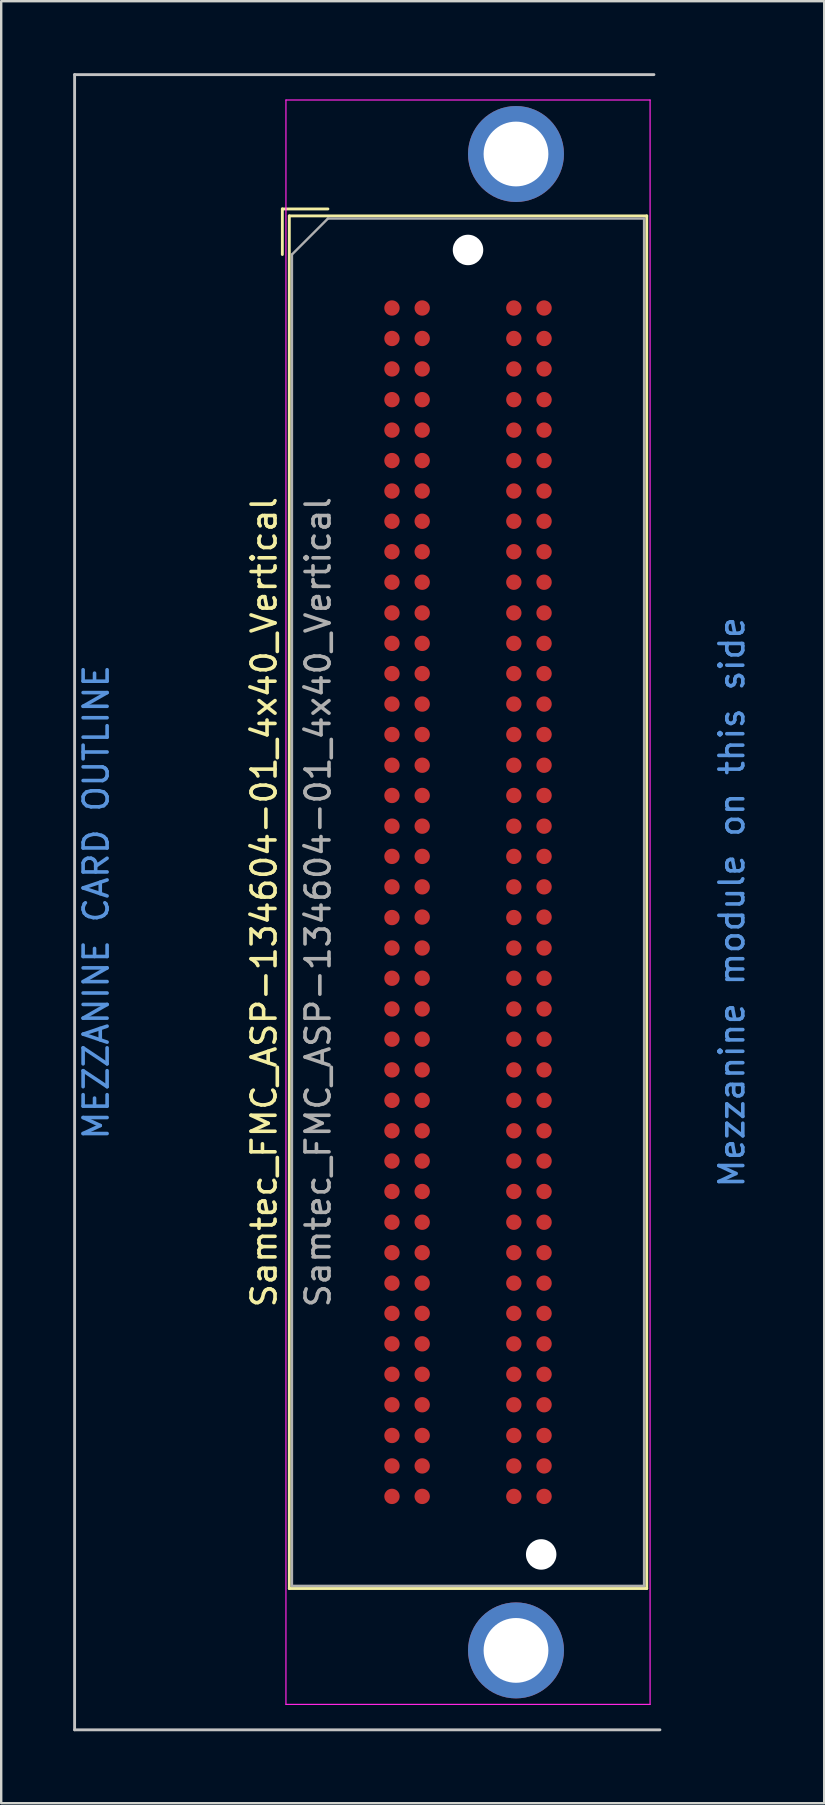
<source format=kicad_pcb>
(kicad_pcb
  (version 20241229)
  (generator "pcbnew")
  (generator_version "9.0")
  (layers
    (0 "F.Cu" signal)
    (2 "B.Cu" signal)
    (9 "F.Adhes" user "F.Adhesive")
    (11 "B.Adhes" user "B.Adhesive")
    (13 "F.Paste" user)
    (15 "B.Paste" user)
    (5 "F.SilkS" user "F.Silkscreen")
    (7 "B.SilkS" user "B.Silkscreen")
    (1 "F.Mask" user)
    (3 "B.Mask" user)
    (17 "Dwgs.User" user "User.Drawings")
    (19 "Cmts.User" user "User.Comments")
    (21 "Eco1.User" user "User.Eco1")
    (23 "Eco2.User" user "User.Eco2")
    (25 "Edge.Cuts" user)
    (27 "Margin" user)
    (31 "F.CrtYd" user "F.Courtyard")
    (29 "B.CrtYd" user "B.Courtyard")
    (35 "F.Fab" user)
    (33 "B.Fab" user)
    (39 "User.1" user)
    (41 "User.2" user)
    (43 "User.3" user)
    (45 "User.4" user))
  (footprint "Samtec_FMC_ASP-134604-01_4x40_Vertical"
    (layer "F.Cu")
    (at 16.46 34.56)
    (property "Reference" "Samtec_FMC_ASP-134604-01_4x40_Vertical" (at -8.5 0 90) (layer "F.SilkS") (effects (font (size 1 1) (thickness 0.15))))
    (attr smd)
    (fp_line (start -7.74 -28.9) (end -7.74 -27) (stroke (width 0.12) (type solid)) (layer "F.SilkS"))
    (fp_line (start -7.45 -28.61) (end 7.45 -28.61) (stroke (width 0.12) (type solid)) (layer "F.SilkS"))
    (fp_line (start -7.45 28.61) (end -7.45 -28.61) (stroke (width 0.12) (type solid)) (layer "F.SilkS"))
    (fp_line (start -5.84 -28.9) (end -7.74 -28.9) (stroke (width 0.12) (type solid)) (layer "F.SilkS"))
    (fp_line (start 7.45 -28.61) (end 7.45 28.61) (stroke (width 0.12) (type solid)) (layer "F.SilkS"))
    (fp_line (start 7.45 28.61) (end -7.45 28.61) (stroke (width 0.12) (type solid)) (layer "F.SilkS"))
    (fp_line (start -16.4 -34.5) (end -16.4 34.5) (stroke (width 0.12) (type solid)) (layer "Dwgs.User"))
    (fp_line (start -16.4 -34.5) (end 7.75 -34.5) (stroke (width 0.12) (type solid)) (layer "Dwgs.User"))
    (fp_line (start -16.4 34.5) (end 8 34.5) (stroke (width 0.12) (type solid)) (layer "Dwgs.User"))
    (fp_line (start -7.59 33.44) (end -7.59 -33.44) (stroke (width 0.05) (type solid)) (layer "F.CrtYd"))
    (fp_line (start -7.59 33.44) (end 7.59 33.44) (stroke (width 0.05) (type solid)) (layer "F.CrtYd"))
    (fp_line (start 7.59 -33.44) (end -7.59 -33.44) (stroke (width 0.05) (type solid)) (layer "F.CrtYd"))
    (fp_line (start 7.59 -33.44) (end 7.59 33.44) (stroke (width 0.05) (type solid)) (layer "F.CrtYd"))
    (fp_line (start -7.34 28.5) (end -7.34 -27) (stroke (width 0.1) (type solid)) (layer "F.Fab"))
    (fp_line (start -7.34 28.5) (end 7.34 28.5) (stroke (width 0.1) (type solid)) (layer "F.Fab"))
    (fp_line (start -5.84 -28.5) (end -7.34 -27) (stroke (width 0.1) (type solid)) (layer "F.Fab"))
    (fp_line (start -5.84 -28.5) (end 7.34 -28.5) (stroke (width 0.1) (type solid)) (layer "F.Fab"))
    (fp_line (start 7.34 -28.5) (end 7.34 28.5) (stroke (width 0.1) (type solid)) (layer "F.Fab"))
    (fp_text user "Mezzanine module on this side" (at 11 0 90) (unlocked yes) (layer "Cmts.User") (effects (font (size 1 1) (thickness 0.15))))
    (fp_text user "MEZZANINE CARD OUTLINE" (at -15.5 0 90) (unlocked yes) (layer "Cmts.User") (effects (font (size 1 1) (thickness 0.15))))
    (fp_text user "${REFERENCE}" (at -6.25 0 90) (layer "F.Fab") (effects (font (size 1 1) (thickness 0.15))))
    (pad "" np_thru_hole circle (at 0 -27.19 90) (size 1.27 1.27) (drill 1.27) (layers "*.Cu" "*.Mask"))
    (pad "" np_thru_hole circle (at 3.05 27.19 90) (size 1.27 1.27) (drill 1.27) (layers "*.Cu" "*.Mask"))
    (pad "C1" smd circle (at -3.17 -24.77 90) (size 0.64 0.64) (layers "F.Cu" "F.Mask" "F.Paste"))
    (pad "C2" smd circle (at -3.17 -23.5 90) (size 0.64 0.64) (layers "F.Cu" "F.Mask" "F.Paste"))
    (pad "C3" smd circle (at -3.17 -22.23 90) (size 0.64 0.64) (layers "F.Cu" "F.Mask" "F.Paste"))
    (pad "C4" smd circle (at -3.17 -20.95 90) (size 0.64 0.64) (layers "F.Cu" "F.Mask" "F.Paste"))
    (pad "C5" smd circle (at -3.17 -19.68 90) (size 0.64 0.64) (layers "F.Cu" "F.Mask" "F.Paste"))
    (pad "C6" smd circle (at -3.17 -18.41 90) (size 0.64 0.64) (layers "F.Cu" "F.Mask" "F.Paste"))
    (pad "C7" smd circle (at -3.17 -17.14 90) (size 0.64 0.64) (layers "F.Cu" "F.Mask" "F.Paste"))
    (pad "C8" smd circle (at -3.17 -15.88 90) (size 0.64 0.64) (layers "F.Cu" "F.Mask" "F.Paste"))
    (pad "C9" smd circle (at -3.17 -14.61 90) (size 0.64 0.64) (layers "F.Cu" "F.Mask" "F.Paste"))
    (pad "C10" smd circle (at -3.17 -13.34 90) (size 0.64 0.64) (layers "F.Cu" "F.Mask" "F.Paste"))
    (pad "C11" smd circle (at -3.17 -12.06 90) (size 0.64 0.64) (layers "F.Cu" "F.Mask" "F.Paste"))
    (pad "C12" smd circle (at -3.17 -10.79 90) (size 0.64 0.64) (layers "F.Cu" "F.Mask" "F.Paste"))
    (pad "C13" smd circle (at -3.17 -9.53 90) (size 0.64 0.64) (layers "F.Cu" "F.Mask" "F.Paste"))
    (pad "C14" smd circle (at -3.17 -8.26 90) (size 0.64 0.64) (layers "F.Cu" "F.Mask" "F.Paste"))
    (pad "C15" smd circle (at -3.17 -6.99 90) (size 0.64 0.64) (layers "F.Cu" "F.Mask" "F.Paste"))
    (pad "C16" smd circle (at -3.17 -5.71 90) (size 0.64 0.64) (layers "F.Cu" "F.Mask" "F.Paste"))
    (pad "C17" smd circle (at -3.17 -4.45 90) (size 0.64 0.64) (layers "F.Cu" "F.Mask" "F.Paste"))
    (pad "C18" smd circle (at -3.17 -3.17 90) (size 0.64 0.64) (layers "F.Cu" "F.Mask" "F.Paste"))
    (pad "C19" smd circle (at -3.17 -1.91 90) (size 0.64 0.64) (layers "F.Cu" "F.Mask" "F.Paste"))
    (pad "C20" smd circle (at -3.17 -0.64 90) (size 0.64 0.64) (layers "F.Cu" "F.Mask" "F.Paste"))
    (pad "C21" smd circle (at -3.17 0.64 90) (size 0.64 0.64) (layers "F.Cu" "F.Mask" "F.Paste"))
    (pad "C22" smd circle (at -3.17 1.91 90) (size 0.64 0.64) (layers "F.Cu" "F.Mask" "F.Paste"))
    (pad "C23" smd circle (at -3.17 3.17 90) (size 0.64 0.64) (layers "F.Cu" "F.Mask" "F.Paste"))
    (pad "C24" smd circle (at -3.17 4.45 90) (size 0.64 0.64) (layers "F.Cu" "F.Mask" "F.Paste"))
    (pad "C25" smd circle (at -3.17 5.71 90) (size 0.64 0.64) (layers "F.Cu" "F.Mask" "F.Paste"))
    (pad "C26" smd circle (at -3.17 6.99 90) (size 0.64 0.64) (layers "F.Cu" "F.Mask" "F.Paste"))
    (pad "C27" smd circle (at -3.17 8.26 90) (size 0.64 0.64) (layers "F.Cu" "F.Mask" "F.Paste"))
    (pad "C28" smd circle (at -3.17 9.53 90) (size 0.64 0.64) (layers "F.Cu" "F.Mask" "F.Paste"))
    (pad "C29" smd circle (at -3.17 10.79 90) (size 0.64 0.64) (layers "F.Cu" "F.Mask" "F.Paste"))
    (pad "C30" smd circle (at -3.17 12.06 90) (size 0.64 0.64) (layers "F.Cu" "F.Mask" "F.Paste"))
    (pad "C31" smd circle (at -3.17 13.34 90) (size 0.64 0.64) (layers "F.Cu" "F.Mask" "F.Paste"))
    (pad "C32" smd circle (at -3.17 14.61 90) (size 0.64 0.64) (layers "F.Cu" "F.Mask" "F.Paste"))
    (pad "C33" smd circle (at -3.17 15.88 90) (size 0.64 0.64) (layers "F.Cu" "F.Mask" "F.Paste"))
    (pad "C34" smd circle (at -3.17 17.14 90) (size 0.64 0.64) (layers "F.Cu" "F.Mask" "F.Paste"))
    (pad "C35" smd circle (at -3.17 18.41 90) (size 0.64 0.64) (layers "F.Cu" "F.Mask" "F.Paste"))
    (pad "C36" smd circle (at -3.17 19.68 90) (size 0.64 0.64) (layers "F.Cu" "F.Mask" "F.Paste"))
    (pad "C37" smd circle (at -3.17 20.95 90) (size 0.64 0.64) (layers "F.Cu" "F.Mask" "F.Paste"))
    (pad "C38" smd circle (at -3.17 22.23 90) (size 0.64 0.64) (layers "F.Cu" "F.Mask" "F.Paste"))
    (pad "C39" smd circle (at -3.17 23.5 90) (size 0.64 0.64) (layers "F.Cu" "F.Mask" "F.Paste"))
    (pad "C40" smd circle (at -3.17 24.77 90) (size 0.64 0.64) (layers "F.Cu" "F.Mask" "F.Paste"))
    (pad "D1" smd circle (at -1.91 -24.77 90) (size 0.64 0.64) (layers "F.Cu" "F.Mask" "F.Paste"))
    (pad "D2" smd circle (at -1.91 -23.5 90) (size 0.64 0.64) (layers "F.Cu" "F.Mask" "F.Paste"))
    (pad "D3" smd circle (at -1.91 -22.23 90) (size 0.64 0.64) (layers "F.Cu" "F.Mask" "F.Paste"))
    (pad "D4" smd circle (at -1.91 -20.95 90) (size 0.64 0.64) (layers "F.Cu" "F.Mask" "F.Paste"))
    (pad "D5" smd circle (at -1.91 -19.68 90) (size 0.64 0.64) (layers "F.Cu" "F.Mask" "F.Paste"))
    (pad "D6" smd circle (at -1.91 -18.41 90) (size 0.64 0.64) (layers "F.Cu" "F.Mask" "F.Paste"))
    (pad "D7" smd circle (at -1.91 -17.14 90) (size 0.64 0.64) (layers "F.Cu" "F.Mask" "F.Paste"))
    (pad "D8" smd circle (at -1.91 -15.88 90) (size 0.64 0.64) (layers "F.Cu" "F.Mask" "F.Paste"))
    (pad "D9" smd circle (at -1.91 -14.61 90) (size 0.64 0.64) (layers "F.Cu" "F.Mask" "F.Paste"))
    (pad "D10" smd circle (at -1.91 -13.34 90) (size 0.64 0.64) (layers "F.Cu" "F.Mask" "F.Paste"))
    (pad "D11" smd circle (at -1.91 -12.06 90) (size 0.64 0.64) (layers "F.Cu" "F.Mask" "F.Paste"))
    (pad "D12" smd circle (at -1.91 -10.79 90) (size 0.64 0.64) (layers "F.Cu" "F.Mask" "F.Paste"))
    (pad "D13" smd circle (at -1.91 -9.53 90) (size 0.64 0.64) (layers "F.Cu" "F.Mask" "F.Paste"))
    (pad "D14" smd circle (at -1.91 -8.26 90) (size 0.64 0.64) (layers "F.Cu" "F.Mask" "F.Paste"))
    (pad "D15" smd circle (at -1.91 -6.99 90) (size 0.64 0.64) (layers "F.Cu" "F.Mask" "F.Paste"))
    (pad "D16" smd circle (at -1.91 -5.71 90) (size 0.64 0.64) (layers "F.Cu" "F.Mask" "F.Paste"))
    (pad "D17" smd circle (at -1.91 -4.45 90) (size 0.64 0.64) (layers "F.Cu" "F.Mask" "F.Paste"))
    (pad "D18" smd circle (at -1.91 -3.17 90) (size 0.64 0.64) (layers "F.Cu" "F.Mask" "F.Paste"))
    (pad "D19" smd circle (at -1.91 -1.91 90) (size 0.64 0.64) (layers "F.Cu" "F.Mask" "F.Paste"))
    (pad "D20" smd circle (at -1.91 -0.64 90) (size 0.64 0.64) (layers "F.Cu" "F.Mask" "F.Paste"))
    (pad "D21" smd circle (at -1.91 0.62 90) (size 0.64 0.64) (layers "F.Cu" "F.Mask" "F.Paste"))
    (pad "D22" smd circle (at -1.91 1.91 90) (size 0.64 0.64) (layers "F.Cu" "F.Mask" "F.Paste"))
    (pad "D23" smd circle (at -1.91 3.17 90) (size 0.64 0.64) (layers "F.Cu" "F.Mask" "F.Paste"))
    (pad "D24" smd circle (at -1.91 4.45 90) (size 0.64 0.64) (layers "F.Cu" "F.Mask" "F.Paste"))
    (pad "D25" smd circle (at -1.91 5.71 90) (size 0.64 0.64) (layers "F.Cu" "F.Mask" "F.Paste"))
    (pad "D26" smd circle (at -1.91 6.99 90) (size 0.64 0.64) (layers "F.Cu" "F.Mask" "F.Paste"))
    (pad "D27" smd circle (at -1.91 8.26 90) (size 0.64 0.64) (layers "F.Cu" "F.Mask" "F.Paste"))
    (pad "D28" smd circle (at -1.91 9.53 90) (size 0.64 0.64) (layers "F.Cu" "F.Mask" "F.Paste"))
    (pad "D29" smd circle (at -1.91 10.79 90) (size 0.64 0.64) (layers "F.Cu" "F.Mask" "F.Paste"))
    (pad "D30" smd circle (at -1.91 12.06 90) (size 0.64 0.64) (layers "F.Cu" "F.Mask" "F.Paste"))
    (pad "D31" smd circle (at -1.91 13.34 90) (size 0.64 0.64) (layers "F.Cu" "F.Mask" "F.Paste"))
    (pad "D32" smd circle (at -1.91 14.61 90) (size 0.64 0.64) (layers "F.Cu" "F.Mask" "F.Paste"))
    (pad "D33" smd circle (at -1.91 15.88 90) (size 0.64 0.64) (layers "F.Cu" "F.Mask" "F.Paste"))
    (pad "D34" smd circle (at -1.91 17.14 90) (size 0.64 0.64) (layers "F.Cu" "F.Mask" "F.Paste"))
    (pad "D35" smd circle (at -1.91 18.41 90) (size 0.64 0.64) (layers "F.Cu" "F.Mask" "F.Paste"))
    (pad "D36" smd circle (at -1.91 19.68 90) (size 0.64 0.64) (layers "F.Cu" "F.Mask" "F.Paste"))
    (pad "D37" smd circle (at -1.91 20.95 90) (size 0.64 0.64) (layers "F.Cu" "F.Mask" "F.Paste"))
    (pad "D38" smd circle (at -1.91 22.23 90) (size 0.64 0.64) (layers "F.Cu" "F.Mask" "F.Paste"))
    (pad "D39" smd circle (at -1.91 23.5 90) (size 0.64 0.64) (layers "F.Cu" "F.Mask" "F.Paste"))
    (pad "D40" smd circle (at -1.91 24.77 90) (size 0.64 0.64) (layers "F.Cu" "F.Mask" "F.Paste"))
    (pad "G1" smd circle (at 1.91 -24.77 90) (size 0.64 0.64) (layers "F.Cu" "F.Mask" "F.Paste"))
    (pad "G2" smd circle (at 1.91 -23.5 90) (size 0.64 0.64) (layers "F.Cu" "F.Mask" "F.Paste"))
    (pad "G3" smd circle (at 1.91 -22.23 90) (size 0.64 0.64) (layers "F.Cu" "F.Mask" "F.Paste"))
    (pad "G4" smd circle (at 1.91 -20.95 90) (size 0.64 0.64) (layers "F.Cu" "F.Mask" "F.Paste"))
    (pad "G5" smd circle (at 1.91 -19.68 90) (size 0.64 0.64) (layers "F.Cu" "F.Mask" "F.Paste"))
    (pad "G6" smd circle (at 1.91 -18.41 90) (size 0.64 0.64) (layers "F.Cu" "F.Mask" "F.Paste"))
    (pad "G7" smd circle (at 1.91 -17.14 90) (size 0.64 0.64) (layers "F.Cu" "F.Mask" "F.Paste"))
    (pad "G8" smd circle (at 1.91 -15.88 90) (size 0.64 0.64) (layers "F.Cu" "F.Mask" "F.Paste"))
    (pad "G9" smd circle (at 1.91 -14.61 90) (size 0.64 0.64) (layers "F.Cu" "F.Mask" "F.Paste"))
    (pad "G10" smd circle (at 1.91 -13.34 90) (size 0.64 0.64) (layers "F.Cu" "F.Mask" "F.Paste"))
    (pad "G11" smd circle (at 1.91 -12.06 90) (size 0.64 0.64) (layers "F.Cu" "F.Mask" "F.Paste"))
    (pad "G12" smd circle (at 1.91 -10.79 90) (size 0.64 0.64) (layers "F.Cu" "F.Mask" "F.Paste"))
    (pad "G13" smd circle (at 1.91 -9.53 90) (size 0.64 0.64) (layers "F.Cu" "F.Mask" "F.Paste"))
    (pad "G14" smd circle (at 1.91 -8.26 90) (size 0.64 0.64) (layers "F.Cu" "F.Mask" "F.Paste"))
    (pad "G15" smd circle (at 1.91 -6.99 90) (size 0.64 0.64) (layers "F.Cu" "F.Mask" "F.Paste"))
    (pad "G16" smd circle (at 1.91 -5.71 90) (size 0.64 0.64) (layers "F.Cu" "F.Mask" "F.Paste"))
    (pad "G17" smd circle (at 1.91 -4.45 90) (size 0.64 0.64) (layers "F.Cu" "F.Mask" "F.Paste"))
    (pad "G18" smd circle (at 1.91 -3.17 90) (size 0.64 0.64) (layers "F.Cu" "F.Mask" "F.Paste"))
    (pad "G19" smd circle (at 1.91 -1.91 90) (size 0.64 0.64) (layers "F.Cu" "F.Mask" "F.Paste"))
    (pad "G20" smd circle (at 1.91 -0.64 90) (size 0.64 0.64) (layers "F.Cu" "F.Mask" "F.Paste"))
    (pad "G21" smd circle (at 1.91 0.64 90) (size 0.64 0.64) (layers "F.Cu" "F.Mask" "F.Paste"))
    (pad "G22" smd circle (at 1.91 1.91 90) (size 0.64 0.64) (layers "F.Cu" "F.Mask" "F.Paste"))
    (pad "G23" smd circle (at 1.91 3.17 90) (size 0.64 0.64) (layers "F.Cu" "F.Mask" "F.Paste"))
    (pad "G24" smd circle (at 1.91 4.45 90) (size 0.64 0.64) (layers "F.Cu" "F.Mask" "F.Paste"))
    (pad "G25" smd circle (at 1.91 5.71 90) (size 0.64 0.64) (layers "F.Cu" "F.Mask" "F.Paste"))
    (pad "G26" smd circle (at 1.91 6.99 90) (size 0.64 0.64) (layers "F.Cu" "F.Mask" "F.Paste"))
    (pad "G27" smd circle (at 1.91 8.26 90) (size 0.64 0.64) (layers "F.Cu" "F.Mask" "F.Paste"))
    (pad "G28" smd circle (at 1.91 9.53 90) (size 0.64 0.64) (layers "F.Cu" "F.Mask" "F.Paste"))
    (pad "G29" smd circle (at 1.91 10.79 90) (size 0.64 0.64) (layers "F.Cu" "F.Mask" "F.Paste"))
    (pad "G30" smd circle (at 1.91 12.06 90) (size 0.64 0.64) (layers "F.Cu" "F.Mask" "F.Paste"))
    (pad "G31" smd circle (at 1.91 13.34 90) (size 0.64 0.64) (layers "F.Cu" "F.Mask" "F.Paste"))
    (pad "G32" smd circle (at 1.91 14.61 90) (size 0.64 0.64) (layers "F.Cu" "F.Mask" "F.Paste"))
    (pad "G33" smd circle (at 1.91 15.88 90) (size 0.64 0.64) (layers "F.Cu" "F.Mask" "F.Paste"))
    (pad "G34" smd circle (at 1.91 17.14 90) (size 0.64 0.64) (layers "F.Cu" "F.Mask" "F.Paste"))
    (pad "G35" smd circle (at 1.91 18.41 90) (size 0.64 0.64) (layers "F.Cu" "F.Mask" "F.Paste"))
    (pad "G36" smd circle (at 1.91 19.68 90) (size 0.64 0.64) (layers "F.Cu" "F.Mask" "F.Paste"))
    (pad "G37" smd circle (at 1.91 20.95 90) (size 0.64 0.64) (layers "F.Cu" "F.Mask" "F.Paste"))
    (pad "G38" smd circle (at 1.91 22.23 90) (size 0.64 0.64) (layers "F.Cu" "F.Mask" "F.Paste"))
    (pad "G39" smd circle (at 1.91 23.5 90) (size 0.64 0.64) (layers "F.Cu" "F.Mask" "F.Paste"))
    (pad "G40" smd circle (at 1.91 24.77 90) (size 0.64 0.64) (layers "F.Cu" "F.Mask" "F.Paste"))
    (pad "H1" smd circle (at 3.17 -24.77 90) (size 0.64 0.64) (layers "F.Cu" "F.Mask" "F.Paste"))
    (pad "H2" smd circle (at 3.17 -23.5 90) (size 0.64 0.64) (layers "F.Cu" "F.Mask" "F.Paste"))
    (pad "H3" smd circle (at 3.17 -22.23 90) (size 0.64 0.64) (layers "F.Cu" "F.Mask" "F.Paste"))
    (pad "H4" smd circle (at 3.17 -20.95 90) (size 0.64 0.64) (layers "F.Cu" "F.Mask" "F.Paste"))
    (pad "H5" smd circle (at 3.17 -19.68 90) (size 0.64 0.64) (layers "F.Cu" "F.Mask" "F.Paste"))
    (pad "H6" smd circle (at 3.17 -18.41 90) (size 0.64 0.64) (layers "F.Cu" "F.Mask" "F.Paste"))
    (pad "H7" smd circle (at 3.17 -17.14 90) (size 0.64 0.64) (layers "F.Cu" "F.Mask" "F.Paste"))
    (pad "H8" smd circle (at 3.17 -15.88 90) (size 0.64 0.64) (layers "F.Cu" "F.Mask" "F.Paste"))
    (pad "H9" smd circle (at 3.17 -14.61 90) (size 0.64 0.64) (layers "F.Cu" "F.Mask" "F.Paste"))
    (pad "H10" smd circle (at 3.17 -13.34 90) (size 0.64 0.64) (layers "F.Cu" "F.Mask" "F.Paste"))
    (pad "H11" smd circle (at 3.17 -12.06 90) (size 0.64 0.64) (layers "F.Cu" "F.Mask" "F.Paste"))
    (pad "H12" smd circle (at 3.17 -10.79 90) (size 0.64 0.64) (layers "F.Cu" "F.Mask" "F.Paste"))
    (pad "H13" smd circle (at 3.17 -9.53 90) (size 0.64 0.64) (layers "F.Cu" "F.Mask" "F.Paste"))
    (pad "H14" smd circle (at 3.17 -8.26 90) (size 0.64 0.64) (layers "F.Cu" "F.Mask" "F.Paste"))
    (pad "H15" smd circle (at 3.17 -6.99 90) (size 0.64 0.64) (layers "F.Cu" "F.Mask" "F.Paste"))
    (pad "H16" smd circle (at 3.17 -5.71 90) (size 0.64 0.64) (layers "F.Cu" "F.Mask" "F.Paste"))
    (pad "H17" smd circle (at 3.17 -4.45 90) (size 0.64 0.64) (layers "F.Cu" "F.Mask" "F.Paste"))
    (pad "H18" smd circle (at 3.17 -3.17 90) (size 0.64 0.64) (layers "F.Cu" "F.Mask" "F.Paste"))
    (pad "H19" smd circle (at 3.17 -1.91 90) (size 0.64 0.64) (layers "F.Cu" "F.Mask" "F.Paste"))
    (pad "H20" smd circle (at 3.17 -0.64 90) (size 0.64 0.64) (layers "F.Cu" "F.Mask" "F.Paste"))
    (pad "H21" smd circle (at 3.17 0.62 90) (size 0.64 0.64) (layers "F.Cu" "F.Mask" "F.Paste"))
    (pad "H22" smd circle (at 3.17 1.91 90) (size 0.64 0.64) (layers "F.Cu" "F.Mask" "F.Paste"))
    (pad "H23" smd circle (at 3.17 3.17 90) (size 0.64 0.64) (layers "F.Cu" "F.Mask" "F.Paste"))
    (pad "H24" smd circle (at 3.17 4.45 90) (size 0.64 0.64) (layers "F.Cu" "F.Mask" "F.Paste"))
    (pad "H25" smd circle (at 3.17 5.71 90) (size 0.64 0.64) (layers "F.Cu" "F.Mask" "F.Paste"))
    (pad "H26" smd circle (at 3.17 6.99 90) (size 0.64 0.64) (layers "F.Cu" "F.Mask" "F.Paste"))
    (pad "H27" smd circle (at 3.17 8.26 90) (size 0.64 0.64) (layers "F.Cu" "F.Mask" "F.Paste"))
    (pad "H28" smd circle (at 3.17 9.53 90) (size 0.64 0.64) (layers "F.Cu" "F.Mask" "F.Paste"))
    (pad "H29" smd circle (at 3.17 10.79 90) (size 0.64 0.64) (layers "F.Cu" "F.Mask" "F.Paste"))
    (pad "H30" smd circle (at 3.17 12.06 90) (size 0.64 0.64) (layers "F.Cu" "F.Mask" "F.Paste"))
    (pad "H31" smd circle (at 3.17 13.34 90) (size 0.64 0.64) (layers "F.Cu" "F.Mask" "F.Paste"))
    (pad "H32" smd circle (at 3.17 14.61 90) (size 0.64 0.64) (layers "F.Cu" "F.Mask" "F.Paste"))
    (pad "H33" smd circle (at 3.17 15.88 90) (size 0.64 0.64) (layers "F.Cu" "F.Mask" "F.Paste"))
    (pad "H34" smd circle (at 3.17 17.14 90) (size 0.64 0.64) (layers "F.Cu" "F.Mask" "F.Paste"))
    (pad "H35" smd circle (at 3.17 18.41 90) (size 0.64 0.64) (layers "F.Cu" "F.Mask" "F.Paste"))
    (pad "H36" smd circle (at 3.17 19.68 90) (size 0.64 0.64) (layers "F.Cu" "F.Mask" "F.Paste"))
    (pad "H37" smd circle (at 3.17 20.95 90) (size 0.64 0.64) (layers "F.Cu" "F.Mask" "F.Paste"))
    (pad "H38" smd circle (at 3.17 22.23 90) (size 0.64 0.64) (layers "F.Cu" "F.Mask" "F.Paste"))
    (pad "H39" smd circle (at 3.17 23.5 90) (size 0.64 0.64) (layers "F.Cu" "F.Mask" "F.Paste"))
    (pad "H40" smd circle (at 3.17 24.77 90) (size 0.64 0.64) (layers "F.Cu" "F.Mask" "F.Paste"))
    (pad "MNT" thru_hole circle (at 2 -31.19 90) (size 4 4) (drill 2.7) (layers "*.Cu" "*.Mask"))
    (pad "MNT" thru_hole circle (at 2 31.19 90) (size 4 4) (drill 2.7) (layers "*.Cu" "*.Mask"))
    (zone (net_name "") (layer "F.Cu") (hatch edge 0.508) (connect_pads) (min_thickness 0.254) (filled_areas_thickness no) (keepout (tracks allowed) (vias allowed) (pads allowed) (copperpour not_allowed) (footprints not_allowed)) (placement (enabled no)) (fill) (polygon (pts (xy 20.46 60.06) (xy 12.46 60.06) (xy 12.46 9.06) (xy 20.46 9.06)))))
  (gr_rect
    (start -3 -3)
    (end 31.308 72.12)
    (stroke (width 0.1) (type default))
    (fill no)
    (layer "Edge.Cuts")))
</source>
